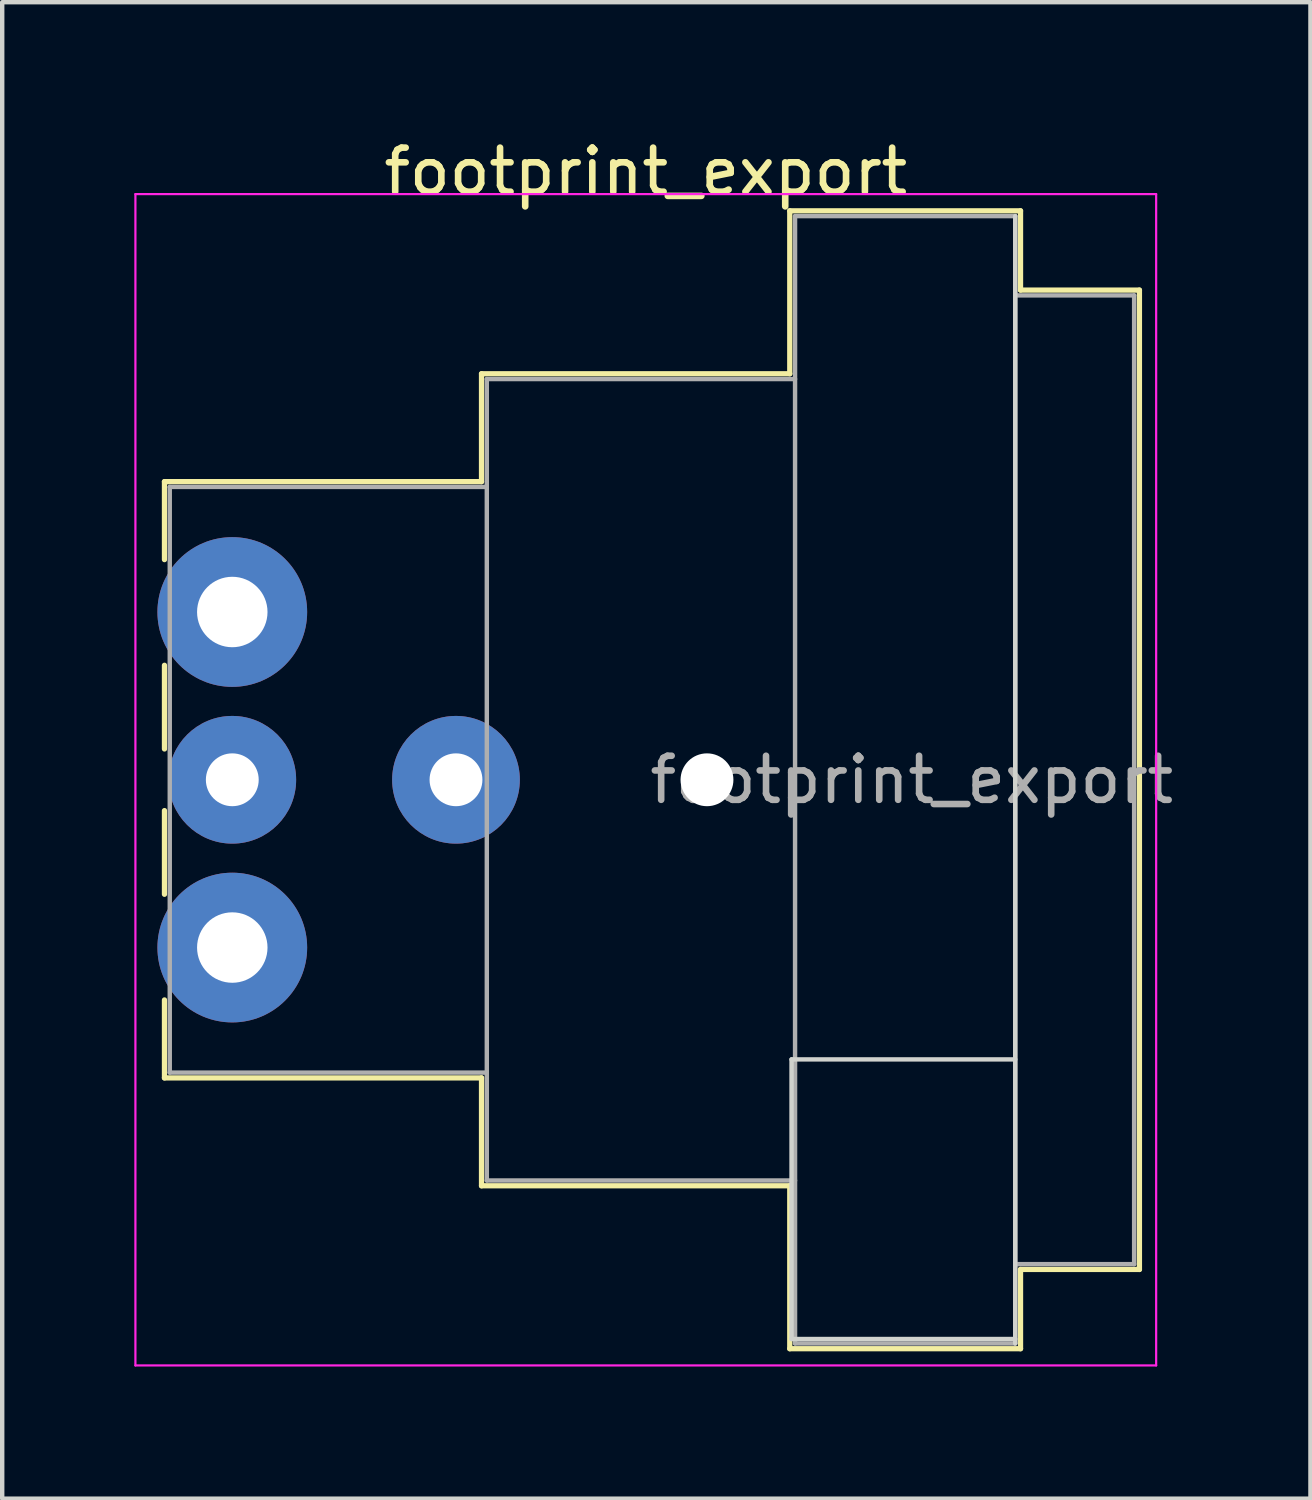
<source format=kicad_pcb>
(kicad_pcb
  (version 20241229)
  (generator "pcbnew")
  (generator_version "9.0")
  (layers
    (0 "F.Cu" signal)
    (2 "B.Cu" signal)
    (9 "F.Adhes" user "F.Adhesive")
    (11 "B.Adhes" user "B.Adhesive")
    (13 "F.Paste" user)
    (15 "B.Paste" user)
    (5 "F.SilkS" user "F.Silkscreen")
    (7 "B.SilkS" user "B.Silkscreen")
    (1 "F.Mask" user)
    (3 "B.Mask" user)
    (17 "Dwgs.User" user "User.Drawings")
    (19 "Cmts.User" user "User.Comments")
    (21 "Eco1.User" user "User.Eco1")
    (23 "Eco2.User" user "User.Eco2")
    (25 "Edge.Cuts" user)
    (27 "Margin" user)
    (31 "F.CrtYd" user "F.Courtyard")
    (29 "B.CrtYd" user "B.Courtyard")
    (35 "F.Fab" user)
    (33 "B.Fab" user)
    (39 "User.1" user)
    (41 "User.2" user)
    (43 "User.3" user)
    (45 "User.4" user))
  (footprint "footprint_export"
    (layer "F.Cu")
    (at 2.225 10.848)
    (property "Reference" "footprint_export" (at 9.39 -10 0) (layer "F.SilkS") (effects (font (size 1 1) (thickness 0.15))))
    (attr through_hole)
    (fp_line (start -1.54 -2.96) (end -1.54 -1.19) (stroke (width 0.12) (type solid)) (layer "F.SilkS"))
    (fp_line (start -1.54 3.11) (end -1.54 1.21) (stroke (width 0.12) (type solid)) (layer "F.SilkS"))
    (fp_line (start -1.54 4.51) (end -1.54 6.41) (stroke (width 0.12) (type solid)) (layer "F.SilkS"))
    (fp_line (start -1.54 8.81) (end -1.54 10.58) (stroke (width 0.12) (type solid)) (layer "F.SilkS"))
    (fp_line (start 5.66 -2.96) (end -1.54 -2.96) (stroke (width 0.12) (type solid)) (layer "F.SilkS"))
    (fp_line (start 5.66 -2.96) (end 5.66 -5.41) (stroke (width 0.12) (type solid)) (layer "F.SilkS"))
    (fp_line (start 5.66 10.58) (end -1.54 10.58) (stroke (width 0.12) (type solid)) (layer "F.SilkS"))
    (fp_line (start 5.66 10.58) (end 5.66 13.03) (stroke (width 0.12) (type solid)) (layer "F.SilkS"))
    (fp_line (start 12.66 -5.41) (end 5.66 -5.41) (stroke (width 0.12) (type solid)) (layer "F.SilkS"))
    (fp_line (start 12.66 -5.41) (end 12.66 -9.11) (stroke (width 0.12) (type solid)) (layer "F.SilkS"))
    (fp_line (start 12.66 13.03) (end 5.66 13.03) (stroke (width 0.12) (type solid)) (layer "F.SilkS"))
    (fp_line (start 12.66 16.73) (end 12.66 13.03) (stroke (width 0.12) (type solid)) (layer "F.SilkS"))
    (fp_line (start 17.9 -9.11) (end 12.66 -9.11) (stroke (width 0.12) (type solid)) (layer "F.SilkS"))
    (fp_line (start 17.9 -9.11) (end 17.9 -7.31) (stroke (width 0.12) (type solid)) (layer "F.SilkS"))
    (fp_line (start 17.9 -7.31) (end 20.6 -7.31) (stroke (width 0.12) (type solid)) (layer "F.SilkS"))
    (fp_line (start 17.9 14.93) (end 17.9 16.73) (stroke (width 0.12) (type solid)) (layer "F.SilkS"))
    (fp_line (start 17.9 14.93) (end 20.6 14.93) (stroke (width 0.12) (type solid)) (layer "F.SilkS"))
    (fp_line (start 17.9 16.73) (end 12.66 16.73) (stroke (width 0.12) (type solid)) (layer "F.SilkS"))
    (fp_line (start 20.6 -7.31) (end 20.6 14.93) (stroke (width 0.12) (type solid)) (layer "F.SilkS"))
    (fp_line (start 12.7 10.16) (end 12.7 16.51) (stroke (width 0.1) (type solid)) (layer "Edge.Cuts"))
    (fp_line (start 12.7 16.51) (end 17.78 16.51) (stroke (width 0.1) (type solid)) (layer "Edge.Cuts"))
    (fp_line (start 17.78 -8.99) (end 17.78 16.61) (stroke (width 0.1) (type solid)) (layer "Edge.Cuts"))
    (fp_line (start 17.78 10.16) (end 12.7 10.16) (stroke (width 0.1) (type solid)) (layer "Edge.Cuts"))
    (fp_line (start -2.2 -9.49) (end -2.2 17.11) (stroke (width 0.05) (type solid)) (layer "F.CrtYd"))
    (fp_line (start 20.98 -9.49) (end -2.2 -9.49) (stroke (width 0.05) (type solid)) (layer "F.CrtYd"))
    (fp_line (start 20.98 -9.49) (end 20.98 17.11) (stroke (width 0.05) (type solid)) (layer "F.CrtYd"))
    (fp_line (start 20.98 17.11) (end -2.2 17.11) (stroke (width 0.05) (type solid)) (layer "F.CrtYd"))
    (fp_line (start -1.42 -2.84) (end -1.42 10.46) (stroke (width 0.1) (type solid)) (layer "F.Fab"))
    (fp_line (start 5.78 -2.84) (end -1.42 -2.84) (stroke (width 0.1) (type solid)) (layer "F.Fab"))
    (fp_line (start 5.78 10.46) (end -1.42 10.46) (stroke (width 0.1) (type solid)) (layer "F.Fab"))
    (fp_line (start 5.78 12.91) (end 5.78 -5.29) (stroke (width 0.1) (type solid)) (layer "F.Fab"))
    (fp_line (start 5.78 12.91) (end 12.78 12.91) (stroke (width 0.1) (type solid)) (layer "F.Fab"))
    (fp_line (start 12.78 -8.99) (end 17.78 -8.99) (stroke (width 0.1) (type solid)) (layer "F.Fab"))
    (fp_line (start 12.78 -5.29) (end 5.78 -5.29) (stroke (width 0.1) (type solid)) (layer "F.Fab"))
    (fp_line (start 12.78 16.61) (end 12.78 -8.99) (stroke (width 0.1) (type solid)) (layer "F.Fab"))
    (fp_line (start 17.78 -8.99) (end 17.78 16.61) (stroke (width 0.1) (type solid)) (layer "F.Fab"))
    (fp_line (start 17.78 -7.19) (end 20.48 -7.19) (stroke (width 0.1) (type solid)) (layer "F.Fab"))
    (fp_line (start 17.78 16.61) (end 12.78 16.61) (stroke (width 0.1) (type solid)) (layer "F.Fab"))
    (fp_line (start 20.48 -7.19) (end 20.48 14.81) (stroke (width 0.1) (type solid)) (layer "F.Fab"))
    (fp_line (start 20.48 14.81) (end 17.78 14.81) (stroke (width 0.1) (type solid)) (layer "F.Fab"))
    (fp_text user "${REFERENCE}" (at 15.43 3.81 0) (layer "F.Fab") (effects (font (size 1 1) (thickness 0.15))))
    (pad "" np_thru_hole circle (at 10.78 3.81) (size 1.2 1.2) (drill 1.2) (layers "*.Cu" "*.Mask"))
    (pad "1" thru_hole circle (at 0 0) (size 3.4 3.4) (drill 1.6) (layers "*.Cu" "*.Mask"))
    (pad "2" thru_hole circle (at 0 3.81) (size 2.9 2.9) (drill 1.2) (layers "*.Cu" "*.Mask"))
    (pad "3" thru_hole circle (at 0 7.62) (size 3.4 3.4) (drill 1.6) (layers "*.Cu" "*.Mask"))
    (pad "G" thru_hole circle (at 5.08 3.81) (size 2.9 2.9) (drill 1.2) (layers "*.Cu" "*.Mask")))
  (gr_rect
    (start -3 -3)
    (end 26.709 30.983)
    (stroke (width 0.1) (type default))
    (fill no)
    (layer "Edge.Cuts")))
</source>
